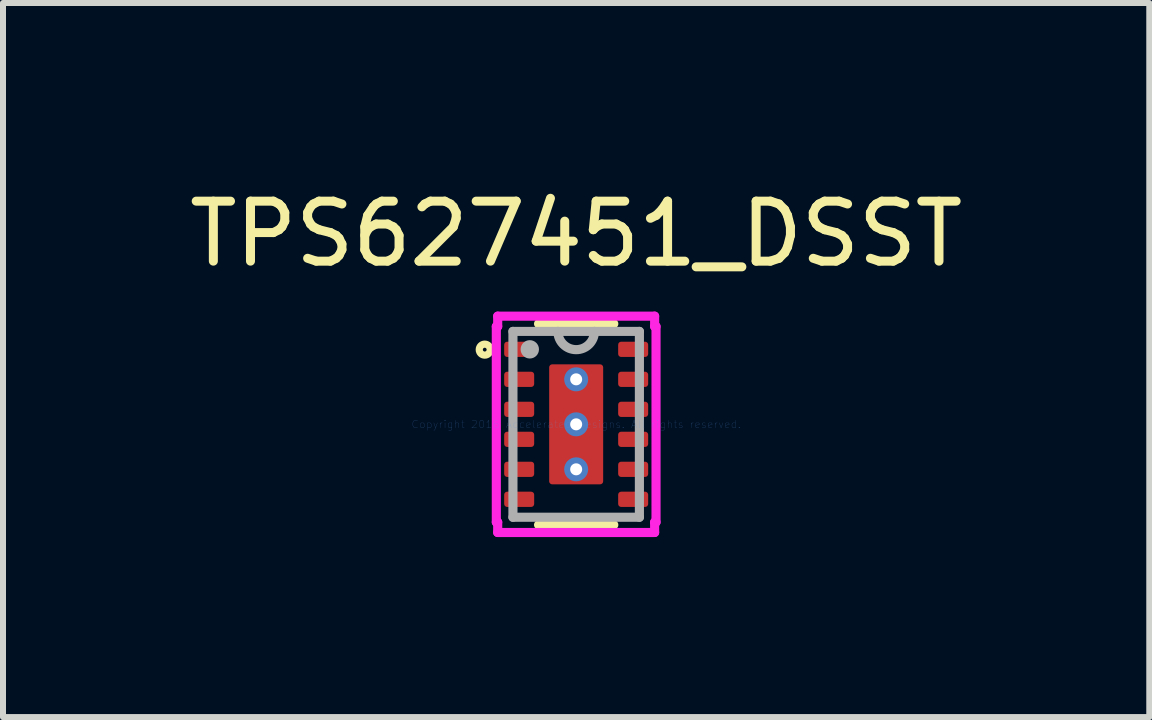
<source format=kicad_pcb>
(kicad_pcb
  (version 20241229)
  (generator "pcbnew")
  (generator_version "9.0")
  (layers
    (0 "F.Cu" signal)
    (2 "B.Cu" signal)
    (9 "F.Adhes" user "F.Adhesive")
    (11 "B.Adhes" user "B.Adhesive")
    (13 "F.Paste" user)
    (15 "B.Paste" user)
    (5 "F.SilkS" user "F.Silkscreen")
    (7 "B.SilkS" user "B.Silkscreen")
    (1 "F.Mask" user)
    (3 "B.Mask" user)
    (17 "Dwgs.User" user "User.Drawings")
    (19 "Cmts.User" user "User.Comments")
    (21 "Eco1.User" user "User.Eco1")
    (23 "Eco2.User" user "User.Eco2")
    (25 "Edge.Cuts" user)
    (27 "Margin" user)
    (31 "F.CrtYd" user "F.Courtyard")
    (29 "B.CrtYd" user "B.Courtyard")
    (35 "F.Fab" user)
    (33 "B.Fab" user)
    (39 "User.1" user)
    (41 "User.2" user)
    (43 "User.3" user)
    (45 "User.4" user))
  (footprint "TPS627451_DSST"
    (layer "F.Cu")
    (at 6.554 4.023)
    (property "Reference" "TPS627451_DSST" (at 0 -3.175 0) (layer "F.SilkS") (effects (font (size 1 1) (thickness 0.15))))
    (attr through_hole)
    (fp_line (start -0.627 1.676) (end 0.627 1.676) (stroke (width 0.152) (type solid)) (layer "F.SilkS"))
    (fp_line (start 0.627 -1.676) (end -0.627 -1.676) (stroke (width 0.152) (type solid)) (layer "F.SilkS"))
    (fp_circle (center -1.524 -1.245) (end -1.448 -1.194) (stroke (width 0.12) (type solid)) (fill no) (layer "F.SilkS"))
    (fp_line (start -1.331 -1.631) (end -1.308 -1.631) (stroke (width 0.152) (type solid)) (layer "F.CrtYd"))
    (fp_line (start -1.331 1.631) (end -1.331 -1.631) (stroke (width 0.152) (type solid)) (layer "F.CrtYd"))
    (fp_line (start -1.308 -1.803) (end 1.308 -1.803) (stroke (width 0.152) (type solid)) (layer "F.CrtYd"))
    (fp_line (start -1.308 -1.631) (end -1.308 -1.803) (stroke (width 0.152) (type solid)) (layer "F.CrtYd"))
    (fp_line (start -1.308 1.631) (end -1.331 1.631) (stroke (width 0.152) (type solid)) (layer "F.CrtYd"))
    (fp_line (start -1.308 1.803) (end -1.308 1.631) (stroke (width 0.152) (type solid)) (layer "F.CrtYd"))
    (fp_line (start 1.308 -1.803) (end 1.308 -1.631) (stroke (width 0.152) (type solid)) (layer "F.CrtYd"))
    (fp_line (start 1.308 -1.631) (end 1.331 -1.631) (stroke (width 0.152) (type solid)) (layer "F.CrtYd"))
    (fp_line (start 1.308 1.631) (end 1.308 1.803) (stroke (width 0.152) (type solid)) (layer "F.CrtYd"))
    (fp_line (start 1.308 1.803) (end -1.308 1.803) (stroke (width 0.152) (type solid)) (layer "F.CrtYd"))
    (fp_line (start 1.331 -1.631) (end 1.331 1.631) (stroke (width 0.152) (type solid)) (layer "F.CrtYd"))
    (fp_line (start 1.331 1.631) (end 1.308 1.631) (stroke (width 0.152) (type solid)) (layer "F.CrtYd"))
    (fp_line (start -1.054 -1.549) (end -1.054 1.549) (stroke (width 0.152) (type solid)) (layer "F.Fab"))
    (fp_line (start -1.054 1.549) (end 1.054 1.549) (stroke (width 0.152) (type solid)) (layer "F.Fab"))
    (fp_line (start 1.054 -1.549) (end -1.054 -1.549) (stroke (width 0.152) (type solid)) (layer "F.Fab"))
    (fp_line (start 1.054 1.549) (end 1.054 -1.549) (stroke (width 0.152) (type solid)) (layer "F.Fab"))
    (fp_arc (start 0.3048 -1.5494) (mid 0 -1.2446) (end -0.3048 -1.5494) (stroke (width 0.1524) (type solid)) (layer "F.Fab"))
    (fp_circle (center -0.773 -1.25) (end -0.696 -1.25) (stroke (width 0.152) (type solid)) (fill no) (layer "F.Fab"))
    (fp_text user "Copyright 2016 Accelerated Designs. All rights reserved." (at 0 0 0) (layer "Cmts.User") (effects (font (size 0.127 0.127) (thickness 0.002))))
    (pad "1" smd roundrect (at -0.95 -1.25) (size 0.5 0.254) (layers "F.Cu" "F.Mask" "F.Paste") (roundrect_rratio 0.197))
    (pad "2" smd roundrect (at -0.95 -0.75) (size 0.5 0.254) (layers "F.Cu" "F.Mask" "F.Paste") (roundrect_rratio 0.197))
    (pad "3" smd roundrect (at -0.95 -0.25) (size 0.5 0.254) (layers "F.Cu" "F.Mask" "F.Paste") (roundrect_rratio 0.197))
    (pad "4" smd roundrect (at -0.95 0.25) (size 0.5 0.254) (layers "F.Cu" "F.Mask" "F.Paste") (roundrect_rratio 0.197))
    (pad "5" smd roundrect (at -0.95 0.75) (size 0.5 0.254) (layers "F.Cu" "F.Mask" "F.Paste") (roundrect_rratio 0.197))
    (pad "6" smd roundrect (at -0.95 1.25) (size 0.5 0.254) (layers "F.Cu" "F.Mask" "F.Paste") (roundrect_rratio 0.197))
    (pad "7" smd roundrect (at 0.95 1.25) (size 0.5 0.254) (layers "F.Cu" "F.Mask" "F.Paste") (roundrect_rratio 0.197))
    (pad "8" smd roundrect (at 0.95 0.75) (size 0.5 0.254) (layers "F.Cu" "F.Mask" "F.Paste") (roundrect_rratio 0.197))
    (pad "9" smd roundrect (at 0.95 0.25) (size 0.5 0.254) (layers "F.Cu" "F.Mask" "F.Paste") (roundrect_rratio 0.197))
    (pad "10" smd roundrect (at 0.95 -0.25) (size 0.5 0.254) (layers "F.Cu" "F.Mask" "F.Paste") (roundrect_rratio 0.197))
    (pad "11" smd roundrect (at 0.95 -0.75) (size 0.5 0.254) (layers "F.Cu" "F.Mask" "F.Paste") (roundrect_rratio 0.197))
    (pad "12" smd roundrect (at 0.95 -1.25) (size 0.5 0.254) (layers "F.Cu" "F.Mask" "F.Paste") (roundrect_rratio 0.197))
    (pad "13" thru_hole circle (at 0 -0.75) (size 0.4 0.4) (drill 0.2) (layers "*.Cu" "*.Mask"))
    (pad "13" thru_hole circle (at 0 0) (size 0.4 0.4) (drill 0.2) (layers "*.Cu" "*.Mask"))
    (pad "13" smd roundrect (at 0 0) (size 0.9 2) (layers "F.Cu" "F.Mask" "F.Paste") (roundrect_rratio 0.056))
    (pad "13" thru_hole circle (at 0 0.75) (size 0.4 0.4) (drill 0.2) (layers "*.Cu" "*.Mask")))
  (gr_rect
    (start -3 -3)
    (end 16.107 8.903)
    (stroke (width 0.1) (type default))
    (fill no)
    (layer "Edge.Cuts")))
</source>
